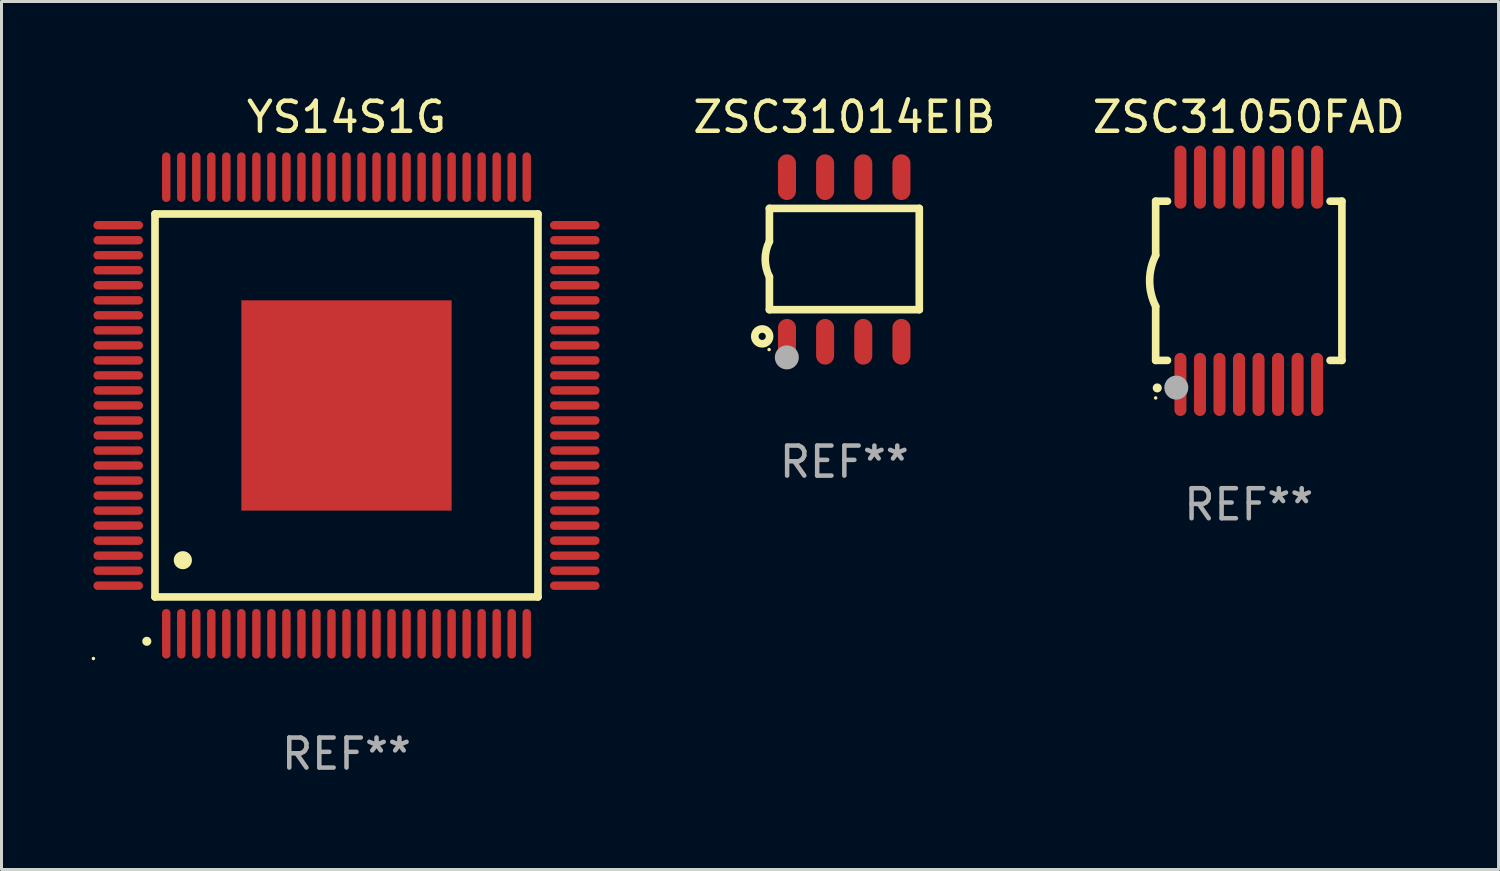
<source format=kicad_pcb>
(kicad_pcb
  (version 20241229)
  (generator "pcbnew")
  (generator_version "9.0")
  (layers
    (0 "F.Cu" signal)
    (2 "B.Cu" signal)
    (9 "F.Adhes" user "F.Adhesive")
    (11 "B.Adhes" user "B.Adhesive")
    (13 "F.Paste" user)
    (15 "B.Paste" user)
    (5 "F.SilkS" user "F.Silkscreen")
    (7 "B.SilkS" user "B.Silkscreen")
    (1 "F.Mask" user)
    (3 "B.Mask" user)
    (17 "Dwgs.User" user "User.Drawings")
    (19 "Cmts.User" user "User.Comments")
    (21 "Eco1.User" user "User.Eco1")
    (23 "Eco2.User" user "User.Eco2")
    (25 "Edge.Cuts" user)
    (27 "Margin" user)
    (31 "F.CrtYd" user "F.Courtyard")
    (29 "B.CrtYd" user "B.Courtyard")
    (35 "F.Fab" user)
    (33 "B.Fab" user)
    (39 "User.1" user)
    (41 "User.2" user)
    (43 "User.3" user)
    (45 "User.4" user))
  (footprint "ZSC31050FAD"
    (layer "F.Cu")
    (at 38.523 6.298)
    (property "Reference" "ZSC31050FAD" (at 0 -5.45 0) (layer "F.SilkS") (effects (font (size 1 1) (thickness 0.15))))
    (attr through_hole)
    (fp_line (start -3.1 -2.65) (end -3.1 -0.85) (stroke (width 0.254) (type solid)) (layer "F.SilkS"))
    (fp_line (start -3.1 -2.65) (end -2.706 -2.65) (stroke (width 0.254) (type solid)) (layer "F.SilkS"))
    (fp_line (start -3.1 2.65) (end -3.1 0.85) (stroke (width 0.254) (type solid)) (layer "F.SilkS"))
    (fp_line (start -3.1 2.65) (end -2.706 2.65) (stroke (width 0.254) (type solid)) (layer "F.SilkS"))
    (fp_line (start 2.706 -2.65) (end 3.1 -2.65) (stroke (width 0.254) (type solid)) (layer "F.SilkS"))
    (fp_line (start 2.706 2.65) (end 3.1 2.65) (stroke (width 0.254) (type solid)) (layer "F.SilkS"))
    (fp_line (start 3.1 -2.65) (end 3.1 2.65) (stroke (width 0.254) (type solid)) (layer "F.SilkS"))
    (fp_arc (start -3.098907 0.850902) (mid -3.300057 0.000523) (end -3.1 -0.850114) (stroke (width 0.254001) (type solid)) (layer "F.SilkS"))
    (fp_arc (start -3.048006 3.566066) (mid -3.046736 3.566061) (end -3.045466 3.566066) (stroke (width 0.3) (type solid)) (layer "F.SilkS"))
    (fp_circle (center -3.1 3.9) (end -3.07 3.9) (stroke (width 0.06) (type solid)) (fill no) (layer "F.SilkS"))
    (fp_circle (center -2.413 3.556) (end -2.213 3.556) (stroke (width 0.4) (type solid)) (fill no) (layer "F.Fab"))
    (fp_text user "REF**" (at 0 7.45 0) (layer "F.Fab") (effects (font (size 1 1) (thickness 0.15))))
    (pad "1" smd oval (at -2.275 3.45 180) (size 0.4 2.1) (layers "F.Cu" "F.Mask" "F.Paste"))
    (pad "2" smd oval (at -1.625 3.45 180) (size 0.4 2.1) (layers "F.Cu" "F.Mask" "F.Paste"))
    (pad "3" smd oval (at -0.975 3.45 180) (size 0.4 2.1) (layers "F.Cu" "F.Mask" "F.Paste"))
    (pad "4" smd oval (at -0.325 3.45 180) (size 0.4 2.1) (layers "F.Cu" "F.Mask" "F.Paste"))
    (pad "5" smd oval (at 0.325 3.45 180) (size 0.4 2.1) (layers "F.Cu" "F.Mask" "F.Paste"))
    (pad "6" smd oval (at 0.975 3.45 180) (size 0.4 2.1) (layers "F.Cu" "F.Mask" "F.Paste"))
    (pad "7" smd oval (at 1.625 3.45 180) (size 0.4 2.1) (layers "F.Cu" "F.Mask" "F.Paste"))
    (pad "8" smd oval (at 2.275 3.45 180) (size 0.4 2.1) (layers "F.Cu" "F.Mask" "F.Paste"))
    (pad "9" smd oval (at 2.275 -3.45 180) (size 0.4 2.1) (layers "F.Cu" "F.Mask" "F.Paste"))
    (pad "10" smd oval (at 1.625 -3.45 180) (size 0.4 2.1) (layers "F.Cu" "F.Mask" "F.Paste"))
    (pad "11" smd oval (at 0.975 -3.45 180) (size 0.4 2.1) (layers "F.Cu" "F.Mask" "F.Paste"))
    (pad "12" smd oval (at 0.325 -3.45 180) (size 0.4 2.1) (layers "F.Cu" "F.Mask" "F.Paste"))
    (pad "13" smd oval (at -0.325 -3.45 180) (size 0.4 2.1) (layers "F.Cu" "F.Mask" "F.Paste"))
    (pad "14" smd oval (at -0.975 -3.45 180) (size 0.4 2.1) (layers "F.Cu" "F.Mask" "F.Paste"))
    (pad "15" smd oval (at -1.625 -3.45 180) (size 0.4 2.1) (layers "F.Cu" "F.Mask" "F.Paste"))
    (pad "16" smd oval (at -2.275 -3.45 180) (size 0.4 2.1) (layers "F.Cu" "F.Mask" "F.Paste")))
  (footprint "ZSC31014EIB"
    (layer "F.Cu")
    (at 25.059 5.588)
    (property "Reference" "ZSC31014EIB" (at 0 -4.74 0) (layer "F.SilkS") (effects (font (size 1 1) (thickness 0.15))))
    (attr through_hole)
    (fp_line (start -2.495 -1.7) (end 2.495 -1.7) (stroke (width 0.254) (type solid)) (layer "F.SilkS"))
    (fp_line (start -2.495 -0.6) (end -2.495 -1.7) (stroke (width 0.254) (type solid)) (layer "F.SilkS"))
    (fp_line (start -2.495 1.671) (end -2.495 0.58) (stroke (width 0.254) (type solid)) (layer "F.SilkS"))
    (fp_line (start 2.495 -1.7) (end 2.495 1.671) (stroke (width 0.254) (type solid)) (layer "F.SilkS"))
    (fp_line (start 2.495 1.671) (end -2.495 1.671) (stroke (width 0.254) (type solid)) (layer "F.SilkS"))
    (fp_arc (start -2.495009 0.58001) (mid -2.634112 -0.009995) (end -2.495009 -0.6) (stroke (width 0.254001) (type solid)) (layer "F.SilkS"))
    (fp_circle (center -2.735 2.56) (end -2.615 2.56) (stroke (width 0.254) (type solid)) (fill no) (layer "F.SilkS"))
    (fp_circle (center -2.505 3) (end -2.475 3) (stroke (width 0.06) (type solid)) (fill no) (layer "F.SilkS"))
    (fp_circle (center -1.915 3.26) (end -1.715 3.26) (stroke (width 0.4) (type solid)) (fill no) (layer "F.Fab"))
    (fp_text user "REF**" (at 0 6.74 0) (layer "F.Fab") (effects (font (size 1 1) (thickness 0.15))))
    (pad "1" smd oval (at -1.91 2.74) (size 0.6 1.52) (layers "F.Cu" "F.Mask" "F.Paste"))
    (pad "2" smd oval (at -0.64 2.74) (size 0.6 1.52) (layers "F.Cu" "F.Mask" "F.Paste"))
    (pad "3" smd oval (at 0.63 2.74) (size 0.6 1.52) (layers "F.Cu" "F.Mask" "F.Paste"))
    (pad "4" smd oval (at 1.9 2.74) (size 0.6 1.52) (layers "F.Cu" "F.Mask" "F.Paste"))
    (pad "5" smd oval (at 1.9 -2.74) (size 0.6 1.52) (layers "F.Cu" "F.Mask" "F.Paste"))
    (pad "6" smd oval (at 0.63 -2.74) (size 0.6 1.52) (layers "F.Cu" "F.Mask" "F.Paste"))
    (pad "7" smd oval (at -0.64 -2.74) (size 0.6 1.52) (layers "F.Cu" "F.Mask" "F.Paste"))
    (pad "8" smd oval (at -1.91 -2.74) (size 0.6 1.52) (layers "F.Cu" "F.Mask" "F.Paste")))
  (footprint "YS14S1G"
    (layer "F.Cu")
    (at 8.485 10.448)
    (property "Reference" "YS14S1G" (at 0 -9.6 0) (layer "F.SilkS") (effects (font (size 1 1) (thickness 0.15))))
    (attr through_hole)
    (fp_line (start -6.375 -6.375) (end -6.375 6.375) (stroke (width 0.254) (type solid)) (layer "F.SilkS"))
    (fp_line (start -6.375 6.375) (end 6.375 6.375) (stroke (width 0.254) (type solid)) (layer "F.SilkS"))
    (fp_line (start 6.375 -6.375) (end -6.375 -6.375) (stroke (width 0.254) (type solid)) (layer "F.SilkS"))
    (fp_line (start 6.375 6.375) (end 6.375 -6.375) (stroke (width 0.254) (type solid)) (layer "F.SilkS"))
    (fp_arc (start -6.649733 7.851156) (mid -6.648463 7.851151) (end -6.647193 7.851156) (stroke (width 0.3) (type solid)) (layer "F.SilkS"))
    (fp_arc (start -5.450851 5.15113) (mid -5.448311 5.151119) (end -5.445771 5.15113) (stroke (width 0.6) (type solid)) (layer "F.SilkS"))
    (fp_circle (center -8.425 8.425) (end -8.395 8.425) (stroke (width 0.06) (type solid)) (fill no) (layer "F.SilkS"))
    (fp_text user "REF**" (at 0 11.6 0) (layer "F.Fab") (effects (font (size 1 1) (thickness 0.15))))
    (pad "1" smd oval (at -6 7.6 180) (size 0.28 1.65) (layers "F.Cu" "F.Mask" "F.Paste"))
    (pad "2" smd oval (at -5.5 7.6 180) (size 0.28 1.65) (layers "F.Cu" "F.Mask" "F.Paste"))
    (pad "3" smd oval (at -5 7.6 180) (size 0.28 1.65) (layers "F.Cu" "F.Mask" "F.Paste"))
    (pad "4" smd oval (at -4.5 7.6 180) (size 0.28 1.65) (layers "F.Cu" "F.Mask" "F.Paste"))
    (pad "5" smd oval (at -4 7.6 180) (size 0.28 1.65) (layers "F.Cu" "F.Mask" "F.Paste"))
    (pad "6" smd oval (at -3.5 7.6 180) (size 0.28 1.65) (layers "F.Cu" "F.Mask" "F.Paste"))
    (pad "7" smd oval (at -3 7.6 180) (size 0.28 1.65) (layers "F.Cu" "F.Mask" "F.Paste"))
    (pad "8" smd oval (at -2.5 7.6 180) (size 0.28 1.65) (layers "F.Cu" "F.Mask" "F.Paste"))
    (pad "9" smd oval (at -2 7.6 180) (size 0.28 1.65) (layers "F.Cu" "F.Mask" "F.Paste"))
    (pad "10" smd oval (at -1.5 7.6 180) (size 0.28 1.65) (layers "F.Cu" "F.Mask" "F.Paste"))
    (pad "11" smd oval (at -1 7.6 180) (size 0.28 1.65) (layers "F.Cu" "F.Mask" "F.Paste"))
    (pad "12" smd oval (at -0.5 7.6 180) (size 0.28 1.65) (layers "F.Cu" "F.Mask" "F.Paste"))
    (pad "13" smd oval (at 0 7.6 180) (size 0.28 1.65) (layers "F.Cu" "F.Mask" "F.Paste"))
    (pad "14" smd oval (at 0.5 7.6 180) (size 0.28 1.65) (layers "F.Cu" "F.Mask" "F.Paste"))
    (pad "15" smd oval (at 1 7.6 180) (size 0.28 1.65) (layers "F.Cu" "F.Mask" "F.Paste"))
    (pad "16" smd oval (at 1.5 7.6 180) (size 0.28 1.65) (layers "F.Cu" "F.Mask" "F.Paste"))
    (pad "17" smd oval (at 2 7.6 180) (size 0.28 1.65) (layers "F.Cu" "F.Mask" "F.Paste"))
    (pad "18" smd oval (at 2.5 7.6 180) (size 0.28 1.65) (layers "F.Cu" "F.Mask" "F.Paste"))
    (pad "19" smd oval (at 3 7.6 180) (size 0.28 1.65) (layers "F.Cu" "F.Mask" "F.Paste"))
    (pad "20" smd oval (at 3.5 7.6 180) (size 0.28 1.65) (layers "F.Cu" "F.Mask" "F.Paste"))
    (pad "21" smd oval (at 4 7.6 180) (size 0.28 1.65) (layers "F.Cu" "F.Mask" "F.Paste"))
    (pad "22" smd oval (at 4.5 7.6 180) (size 0.28 1.65) (layers "F.Cu" "F.Mask" "F.Paste"))
    (pad "23" smd oval (at 5 7.6 180) (size 0.28 1.65) (layers "F.Cu" "F.Mask" "F.Paste"))
    (pad "24" smd oval (at 5.5 7.6 180) (size 0.28 1.65) (layers "F.Cu" "F.Mask" "F.Paste"))
    (pad "25" smd oval (at 6 7.6 180) (size 0.28 1.65) (layers "F.Cu" "F.Mask" "F.Paste"))
    (pad "26" smd oval (at 7.6 6 90) (size 0.28 1.65) (layers "F.Cu" "F.Mask" "F.Paste"))
    (pad "27" smd oval (at 7.6 5.5 90) (size 0.28 1.65) (layers "F.Cu" "F.Mask" "F.Paste"))
    (pad "28" smd oval (at 7.6 5 90) (size 0.28 1.65) (layers "F.Cu" "F.Mask" "F.Paste"))
    (pad "29" smd oval (at 7.6 4.5 90) (size 0.28 1.65) (layers "F.Cu" "F.Mask" "F.Paste"))
    (pad "30" smd oval (at 7.6 4 90) (size 0.28 1.65) (layers "F.Cu" "F.Mask" "F.Paste"))
    (pad "31" smd oval (at 7.6 3.5 90) (size 0.28 1.65) (layers "F.Cu" "F.Mask" "F.Paste"))
    (pad "32" smd oval (at 7.6 3 90) (size 0.28 1.65) (layers "F.Cu" "F.Mask" "F.Paste"))
    (pad "33" smd oval (at 7.6 2.5 90) (size 0.28 1.65) (layers "F.Cu" "F.Mask" "F.Paste"))
    (pad "34" smd oval (at 7.6 2 90) (size 0.28 1.65) (layers "F.Cu" "F.Mask" "F.Paste"))
    (pad "35" smd oval (at 7.6 1.5 90) (size 0.28 1.65) (layers "F.Cu" "F.Mask" "F.Paste"))
    (pad "36" smd oval (at 7.6 1 90) (size 0.28 1.65) (layers "F.Cu" "F.Mask" "F.Paste"))
    (pad "37" smd oval (at 7.6 0.5 90) (size 0.28 1.65) (layers "F.Cu" "F.Mask" "F.Paste"))
    (pad "38" smd oval (at 7.6 0 90) (size 0.28 1.65) (layers "F.Cu" "F.Mask" "F.Paste"))
    (pad "39" smd oval (at 7.6 -0.5 90) (size 0.28 1.65) (layers "F.Cu" "F.Mask" "F.Paste"))
    (pad "40" smd oval (at 7.6 -1 90) (size 0.28 1.65) (layers "F.Cu" "F.Mask" "F.Paste"))
    (pad "41" smd oval (at 7.6 -1.5 90) (size 0.28 1.65) (layers "F.Cu" "F.Mask" "F.Paste"))
    (pad "42" smd oval (at 7.6 -2 90) (size 0.28 1.65) (layers "F.Cu" "F.Mask" "F.Paste"))
    (pad "43" smd oval (at 7.6 -2.5 90) (size 0.28 1.65) (layers "F.Cu" "F.Mask" "F.Paste"))
    (pad "44" smd oval (at 7.6 -3 90) (size 0.28 1.65) (layers "F.Cu" "F.Mask" "F.Paste"))
    (pad "45" smd oval (at 7.6 -3.5 90) (size 0.28 1.65) (layers "F.Cu" "F.Mask" "F.Paste"))
    (pad "46" smd oval (at 7.6 -4 90) (size 0.28 1.65) (layers "F.Cu" "F.Mask" "F.Paste"))
    (pad "47" smd oval (at 7.6 -4.5 90) (size 0.28 1.65) (layers "F.Cu" "F.Mask" "F.Paste"))
    (pad "48" smd oval (at 7.6 -5 90) (size 0.28 1.65) (layers "F.Cu" "F.Mask" "F.Paste"))
    (pad "49" smd oval (at 7.6 -5.5 90) (size 0.28 1.65) (layers "F.Cu" "F.Mask" "F.Paste"))
    (pad "50" smd oval (at 7.6 -6 90) (size 0.28 1.65) (layers "F.Cu" "F.Mask" "F.Paste"))
    (pad "51" smd oval (at 6 -7.6 180) (size 0.28 1.65) (layers "F.Cu" "F.Mask" "F.Paste"))
    (pad "52" smd oval (at 5.5 -7.6 180) (size 0.28 1.65) (layers "F.Cu" "F.Mask" "F.Paste"))
    (pad "53" smd oval (at 5 -7.6 180) (size 0.28 1.65) (layers "F.Cu" "F.Mask" "F.Paste"))
    (pad "54" smd oval (at 4.5 -7.6 180) (size 0.28 1.65) (layers "F.Cu" "F.Mask" "F.Paste"))
    (pad "55" smd oval (at 4 -7.6 180) (size 0.28 1.65) (layers "F.Cu" "F.Mask" "F.Paste"))
    (pad "56" smd oval (at 3.5 -7.6 180) (size 0.28 1.65) (layers "F.Cu" "F.Mask" "F.Paste"))
    (pad "57" smd oval (at 3 -7.6 180) (size 0.28 1.65) (layers "F.Cu" "F.Mask" "F.Paste"))
    (pad "58" smd oval (at 2.5 -7.6 180) (size 0.28 1.65) (layers "F.Cu" "F.Mask" "F.Paste"))
    (pad "59" smd oval (at 2 -7.6 180) (size 0.28 1.65) (layers "F.Cu" "F.Mask" "F.Paste"))
    (pad "60" smd oval (at 1.5 -7.6 180) (size 0.28 1.65) (layers "F.Cu" "F.Mask" "F.Paste"))
    (pad "61" smd oval (at 1 -7.6 180) (size 0.28 1.65) (layers "F.Cu" "F.Mask" "F.Paste"))
    (pad "62" smd oval (at 0.5 -7.6 180) (size 0.28 1.65) (layers "F.Cu" "F.Mask" "F.Paste"))
    (pad "63" smd oval (at 0 -7.6 180) (size 0.28 1.65) (layers "F.Cu" "F.Mask" "F.Paste"))
    (pad "64" smd oval (at -0.5 -7.6 180) (size 0.28 1.65) (layers "F.Cu" "F.Mask" "F.Paste"))
    (pad "65" smd oval (at -1 -7.6 180) (size 0.28 1.65) (layers "F.Cu" "F.Mask" "F.Paste"))
    (pad "66" smd oval (at -1.5 -7.6 180) (size 0.28 1.65) (layers "F.Cu" "F.Mask" "F.Paste"))
    (pad "67" smd oval (at -2 -7.6 180) (size 0.28 1.65) (layers "F.Cu" "F.Mask" "F.Paste"))
    (pad "68" smd oval (at -2.5 -7.6 180) (size 0.28 1.65) (layers "F.Cu" "F.Mask" "F.Paste"))
    (pad "69" smd oval (at -3 -7.6 180) (size 0.28 1.65) (layers "F.Cu" "F.Mask" "F.Paste"))
    (pad "70" smd oval (at -3.5 -7.6 180) (size 0.28 1.65) (layers "F.Cu" "F.Mask" "F.Paste"))
    (pad "71" smd oval (at -4 -7.6 180) (size 0.28 1.65) (layers "F.Cu" "F.Mask" "F.Paste"))
    (pad "72" smd oval (at -4.5 -7.6 180) (size 0.28 1.65) (layers "F.Cu" "F.Mask" "F.Paste"))
    (pad "73" smd oval (at -5 -7.6 180) (size 0.28 1.65) (layers "F.Cu" "F.Mask" "F.Paste"))
    (pad "74" smd oval (at -5.5 -7.6 180) (size 0.28 1.65) (layers "F.Cu" "F.Mask" "F.Paste"))
    (pad "75" smd oval (at -6 -7.6 180) (size 0.28 1.65) (layers "F.Cu" "F.Mask" "F.Paste"))
    (pad "76" smd oval (at -7.6 -6 90) (size 0.28 1.65) (layers "F.Cu" "F.Mask" "F.Paste"))
    (pad "77" smd oval (at -7.6 -5.5 90) (size 0.28 1.65) (layers "F.Cu" "F.Mask" "F.Paste"))
    (pad "78" smd oval (at -7.6 -5 90) (size 0.28 1.65) (layers "F.Cu" "F.Mask" "F.Paste"))
    (pad "79" smd oval (at -7.6 -4.5 90) (size 0.28 1.65) (layers "F.Cu" "F.Mask" "F.Paste"))
    (pad "80" smd oval (at -7.6 -4 90) (size 0.28 1.65) (layers "F.Cu" "F.Mask" "F.Paste"))
    (pad "81" smd oval (at -7.6 -3.5 90) (size 0.28 1.65) (layers "F.Cu" "F.Mask" "F.Paste"))
    (pad "82" smd oval (at -7.6 -3 90) (size 0.28 1.65) (layers "F.Cu" "F.Mask" "F.Paste"))
    (pad "83" smd oval (at -7.6 -2.5 90) (size 0.28 1.65) (layers "F.Cu" "F.Mask" "F.Paste"))
    (pad "84" smd oval (at -7.6 -2 90) (size 0.28 1.65) (layers "F.Cu" "F.Mask" "F.Paste"))
    (pad "85" smd oval (at -7.6 -1.5 90) (size 0.28 1.65) (layers "F.Cu" "F.Mask" "F.Paste"))
    (pad "86" smd oval (at -7.6 -1 90) (size 0.28 1.65) (layers "F.Cu" "F.Mask" "F.Paste"))
    (pad "87" smd oval (at -7.6 -0.5 90) (size 0.28 1.65) (layers "F.Cu" "F.Mask" "F.Paste"))
    (pad "88" smd oval (at -7.6 0 90) (size 0.28 1.65) (layers "F.Cu" "F.Mask" "F.Paste"))
    (pad "89" smd oval (at -7.6 0.5 90) (size 0.28 1.65) (layers "F.Cu" "F.Mask" "F.Paste"))
    (pad "90" smd oval (at -7.6 1 90) (size 0.28 1.65) (layers "F.Cu" "F.Mask" "F.Paste"))
    (pad "91" smd oval (at -7.6 1.5 90) (size 0.28 1.65) (layers "F.Cu" "F.Mask" "F.Paste"))
    (pad "92" smd oval (at -7.6 2 90) (size 0.28 1.65) (layers "F.Cu" "F.Mask" "F.Paste"))
    (pad "93" smd oval (at -7.6 2.5 90) (size 0.28 1.65) (layers "F.Cu" "F.Mask" "F.Paste"))
    (pad "94" smd oval (at -7.6 3 90) (size 0.28 1.65) (layers "F.Cu" "F.Mask" "F.Paste"))
    (pad "95" smd oval (at -7.6 3.5 90) (size 0.28 1.65) (layers "F.Cu" "F.Mask" "F.Paste"))
    (pad "96" smd oval (at -7.6 4 90) (size 0.28 1.65) (layers "F.Cu" "F.Mask" "F.Paste"))
    (pad "97" smd oval (at -7.6 4.5 90) (size 0.28 1.65) (layers "F.Cu" "F.Mask" "F.Paste"))
    (pad "98" smd oval (at -7.6 5 90) (size 0.28 1.65) (layers "F.Cu" "F.Mask" "F.Paste"))
    (pad "99" smd oval (at -7.6 5.5 90) (size 0.28 1.65) (layers "F.Cu" "F.Mask" "F.Paste"))
    (pad "100" smd oval (at -7.6 6 90) (size 0.28 1.65) (layers "F.Cu" "F.Mask" "F.Paste"))
    (pad "101" smd rect (at 0 0) (size 7 7) (layers "F.Cu" "F.Mask" "F.Paste")))
  (gr_rect
    (start -3 -3)
    (end 46.838 25.896)
    (stroke (width 0.1) (type default))
    (fill no)
    (layer "Edge.Cuts")))
</source>
